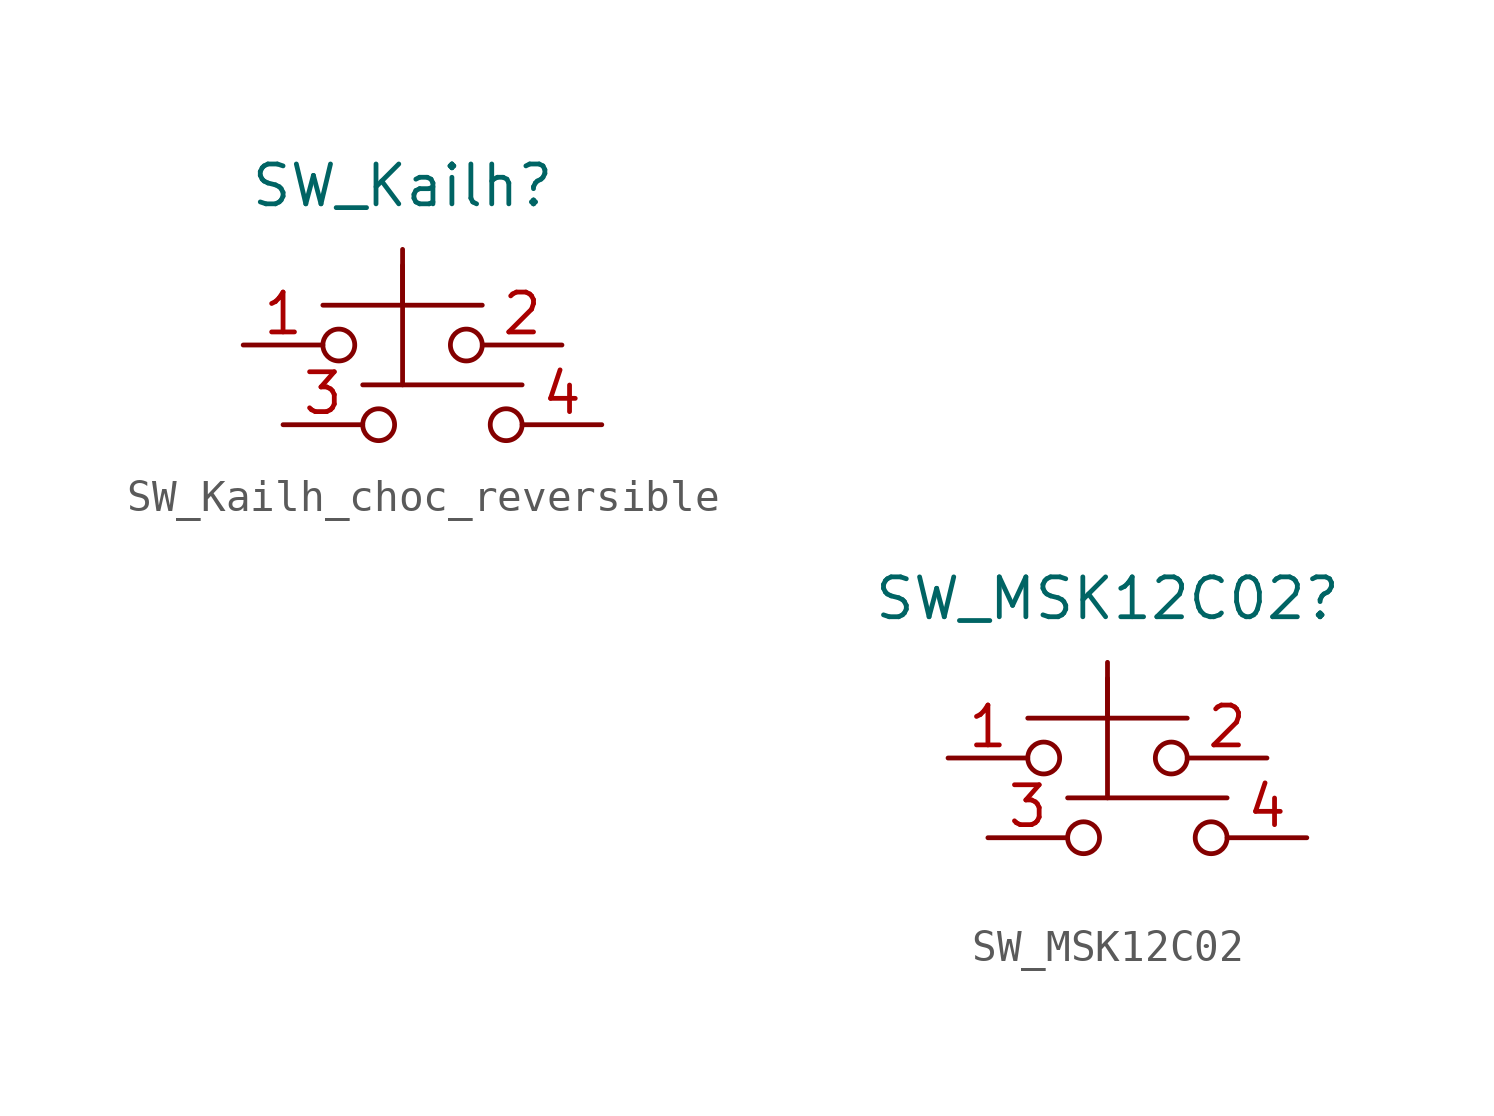
<source format=kicad_sym>
(kicad_symbol_lib
  (version 20220914)
  (generator kicad_symbol_editor)
  (symbol "SW_Kailh_choc_reversible"
    (property "Reference" "SW_Kailh"
      (at 0 6.35 0)
      (effects (font (size 1.27 1.27))))
    (property "Value" ""
      (at 0 0 0)
      (effects (font (size 1.27 1.27))))
    (symbol "SW_Kailh_choc_reversible_0_1"
      (circle (center -2.032 1.27) (radius 0.508) (stroke (width 0) (type default)) (fill (type none)))
      (circle (center -0.762 -1.27) (radius 0.508) (stroke (width 0) (type default)) (fill (type none)))
      (polyline (pts (xy 0 2.54) (xy 0 4.318)) (stroke (width 0) (type default)) (fill (type none)))
      (polyline (pts (xy 2.54 2.54) (xy -2.54 2.54)) (stroke (width 0) (type default)) (fill (type none)))
      (polyline (pts (xy 3.81 0) (xy -1.27 0)) (stroke (width 0) (type default)) (fill (type none)))
      (polyline (pts (xy 0 0) (xy 0 3.81) (xy 0 2.54)) (stroke (width 0) (type default)) (fill (type none)))
      (circle (center 2.032 1.27) (radius 0.508) (stroke (width 0) (type default)) (fill (type none)))
      (circle (center 3.302 -1.27) (radius 0.508) (stroke (width 0) (type default)) (fill (type none))))
    (symbol "SW_Kailh_choc_reversible_1_1"
      (pin passive line (at -5.08 1.27 0) (length 2.54) (name "" (effects (font (size 1.27 1.27)))) (number "1" (effects (font (size 1.27 1.27)))))
      (pin passive line (at 5.08 1.27 180) (length 2.54) (name "" (effects (font (size 1.27 1.27)))) (number "2" (effects (font (size 1.27 1.27)))))
      (pin passive line (at -3.81 -1.27 0) (length 2.54) (name "" (effects (font (size 1.27 1.27)))) (number "3" (effects (font (size 1.27 1.27)))))
      (pin passive line (at 6.35 -1.27 180) (length 2.54) (name "" (effects (font (size 1.27 1.27)))) (number "4" (effects (font (size 1.27 1.27)))))))
  (symbol "SW_MSK12C02"
    (property "Reference" "SW_MSK12C02"
      (at 0 6.35 0)
      (effects (font (size 1.27 1.27))))
    (property "Value" ""
      (at 0 19.05 0)
      (effects (font (size 1.27 1.27))))
    (symbol "SW_MSK12C02_0_1"
      (circle (center -2.032 1.27) (radius 0.508) (stroke (width 0) (type default)) (fill (type none)))
      (circle (center -0.762 -1.27) (radius 0.508) (stroke (width 0) (type default)) (fill (type none)))
      (polyline (pts (xy 0 2.54) (xy 0 4.318)) (stroke (width 0) (type default)) (fill (type none)))
      (polyline (pts (xy 2.54 2.54) (xy -2.54 2.54)) (stroke (width 0) (type default)) (fill (type none)))
      (polyline (pts (xy 3.81 0) (xy -1.27 0)) (stroke (width 0) (type default)) (fill (type none)))
      (polyline (pts (xy 0 0) (xy 0 3.81) (xy 0 2.54)) (stroke (width 0) (type default)) (fill (type none)))
      (circle (center 2.032 1.27) (radius 0.508) (stroke (width 0) (type default)) (fill (type none)))
      (circle (center 3.302 -1.27) (radius 0.508) (stroke (width 0) (type default)) (fill (type none))))
    (symbol "SW_MSK12C02_1_1"
      (pin passive line (at -5.08 1.27 0) (length 2.54) (name "" (effects (font (size 1.27 1.27)))) (number "1" (effects (font (size 1.27 1.27)))))
      (pin passive line (at 5.08 1.27 180) (length 2.54) (name "" (effects (font (size 1.27 1.27)))) (number "2" (effects (font (size 1.27 1.27)))))
      (pin passive line (at -3.81 -1.27 0) (length 2.54) (name "" (effects (font (size 1.27 1.27)))) (number "3" (effects (font (size 1.27 1.27)))))
      (pin passive line (at 6.35 -1.27 180) (length 2.54) (name "" (effects (font (size 1.27 1.27)))) (number "4" (effects (font (size 1.27 1.27))))))))
</source>
